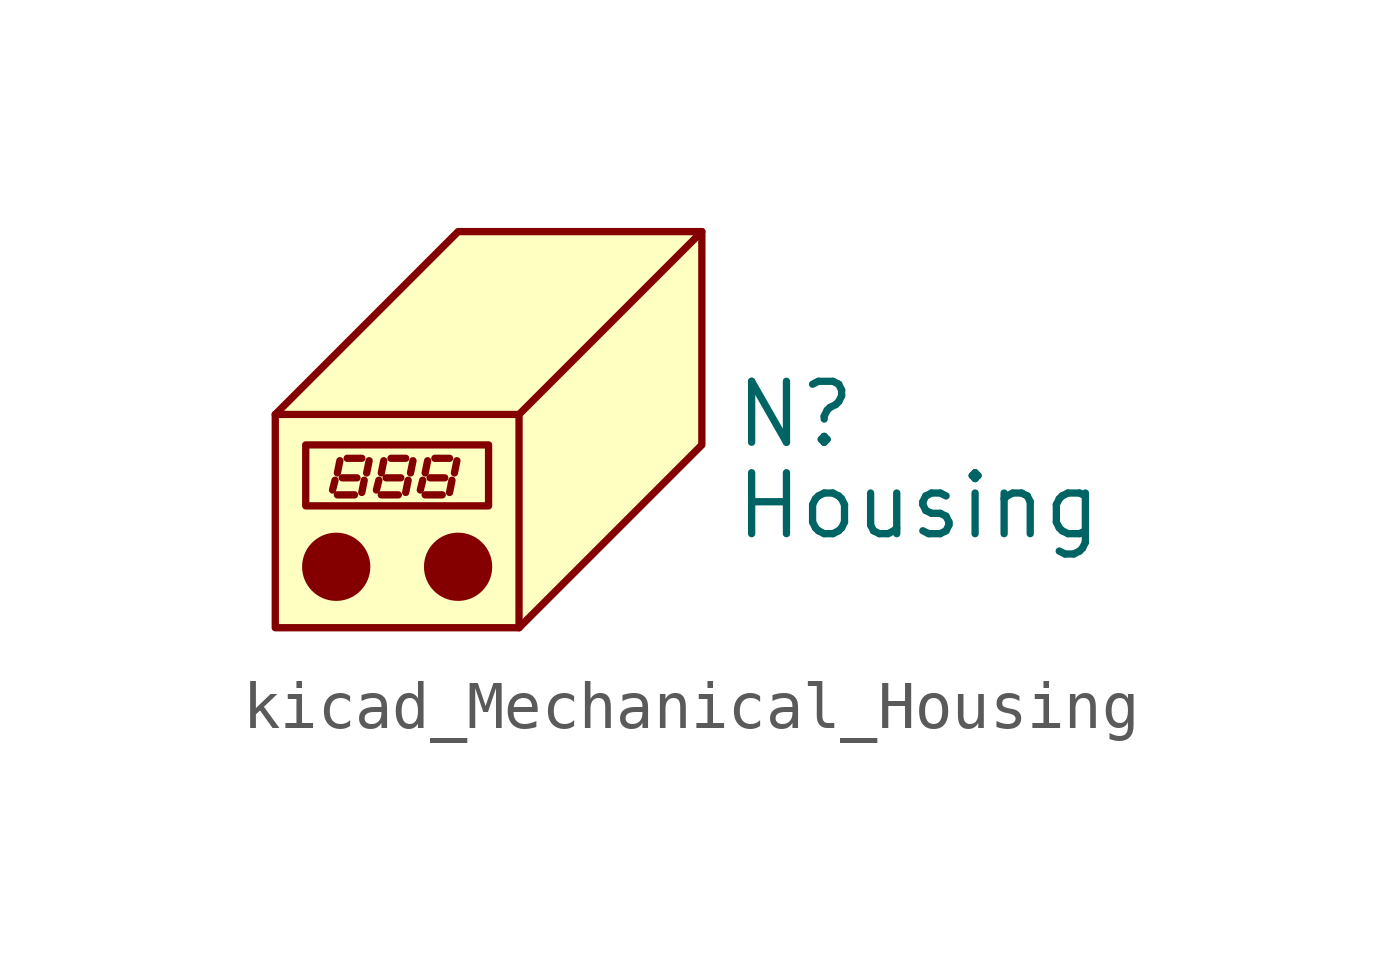
<source format=kicad_sym>
(kicad_symbol_lib
  (version 20220914)
  (generator kicad_symbol_editor)
  (symbol "kicad_Mechanical_Housing"
    (pin_names
      (offset 1.016))
    (property "Reference" "N"
      (at 3.81 0 0)
      (effects (font (size 1.27 1.27)) (justify left)))
    (property "Value" "Housing"
      (at 3.81 -1.905 0)
      (effects (font (size 1.27 1.27)) (justify left)))
    (symbol "kicad_Mechanical_Housing_0_1"
      (rectangle (start -5.08 -0.635) (end -1.27 -1.905) (stroke (width 0) (type default)) (fill (type none)))
      (circle (center -4.445 -3.175) (radius 0.635) (stroke (width 0) (type default)) (fill (type outline)))
      (circle (center -1.905 -3.175) (radius 0.635) (stroke (width 0) (type default)) (fill (type outline)))
      (polyline (pts (xy -4.521 -1.575) (xy -4.47 -1.372)) (stroke (width 0) (type default)) (fill (type none)))
      (polyline (pts (xy -4.42 -1.676) (xy -4.064 -1.676)) (stroke (width 0) (type default)) (fill (type none)))
      (polyline (pts (xy -4.42 -1.219) (xy -4.369 -0.965)) (stroke (width 0) (type default)) (fill (type none)))
      (polyline (pts (xy -4.318 -1.321) (xy -4.013 -1.321)) (stroke (width 0) (type default)) (fill (type none)))
      (polyline (pts (xy -4.216 -0.914) (xy -3.912 -0.914)) (stroke (width 0) (type default)) (fill (type none)))
      (polyline (pts (xy -3.912 -1.626) (xy -3.861 -1.372)) (stroke (width 0) (type default)) (fill (type none)))
      (polyline (pts (xy -3.81 -1.219) (xy -3.759 -0.965)) (stroke (width 0) (type default)) (fill (type none)))
      (polyline (pts (xy -3.607 -1.575) (xy -3.556 -1.372)) (stroke (width 0) (type default)) (fill (type none)))
      (polyline (pts (xy -3.505 -1.676) (xy -3.15 -1.676)) (stroke (width 0) (type default)) (fill (type none)))
      (polyline (pts (xy -3.505 -1.219) (xy -3.454 -0.965)) (stroke (width 0) (type default)) (fill (type none)))
      (polyline (pts (xy -3.404 -1.321) (xy -3.099 -1.321)) (stroke (width 0) (type default)) (fill (type none)))
      (polyline (pts (xy -3.302 -0.914) (xy -2.997 -0.914)) (stroke (width 0) (type default)) (fill (type none)))
      (polyline (pts (xy -2.997 -1.626) (xy -2.946 -1.372)) (stroke (width 0) (type default)) (fill (type none)))
      (polyline (pts (xy -2.896 -1.219) (xy -2.845 -0.965)) (stroke (width 0) (type default)) (fill (type none)))
      (polyline (pts (xy -2.692 -1.575) (xy -2.642 -1.372)) (stroke (width 0) (type default)) (fill (type none)))
      (polyline (pts (xy -2.591 -1.676) (xy -2.235 -1.676)) (stroke (width 0) (type default)) (fill (type none)))
      (polyline (pts (xy -2.591 -1.219) (xy -2.54 -0.965)) (stroke (width 0) (type default)) (fill (type none)))
      (polyline (pts (xy -2.489 -1.321) (xy -2.184 -1.321)) (stroke (width 0) (type default)) (fill (type none)))
      (polyline (pts (xy -2.388 -0.914) (xy -2.083 -0.914)) (stroke (width 0) (type default)) (fill (type none)))
      (polyline (pts (xy -2.083 -1.626) (xy -2.032 -1.372)) (stroke (width 0) (type default)) (fill (type none)))
      (polyline (pts (xy -1.981 -1.219) (xy -1.93 -0.965)) (stroke (width 0) (type default)) (fill (type none)))
      (polyline (pts (xy -0.635 0) (xy -0.635 -4.445)) (stroke (width 0) (type default)) (fill (type none)))
      (polyline (pts (xy -5.715 0) (xy -0.635 0) (xy 3.175 3.81)) (stroke (width 0) (type default)) (fill (type none)))
      (polyline (pts (xy -5.715 0) (xy -5.715 -4.445) (xy -0.635 -4.445) (xy 3.175 -0.635) (xy 3.175 3.81) (xy -1.905 3.81) (xy -5.715 0)) (stroke (width 0) (type default)) (fill (type background))))))
</source>
